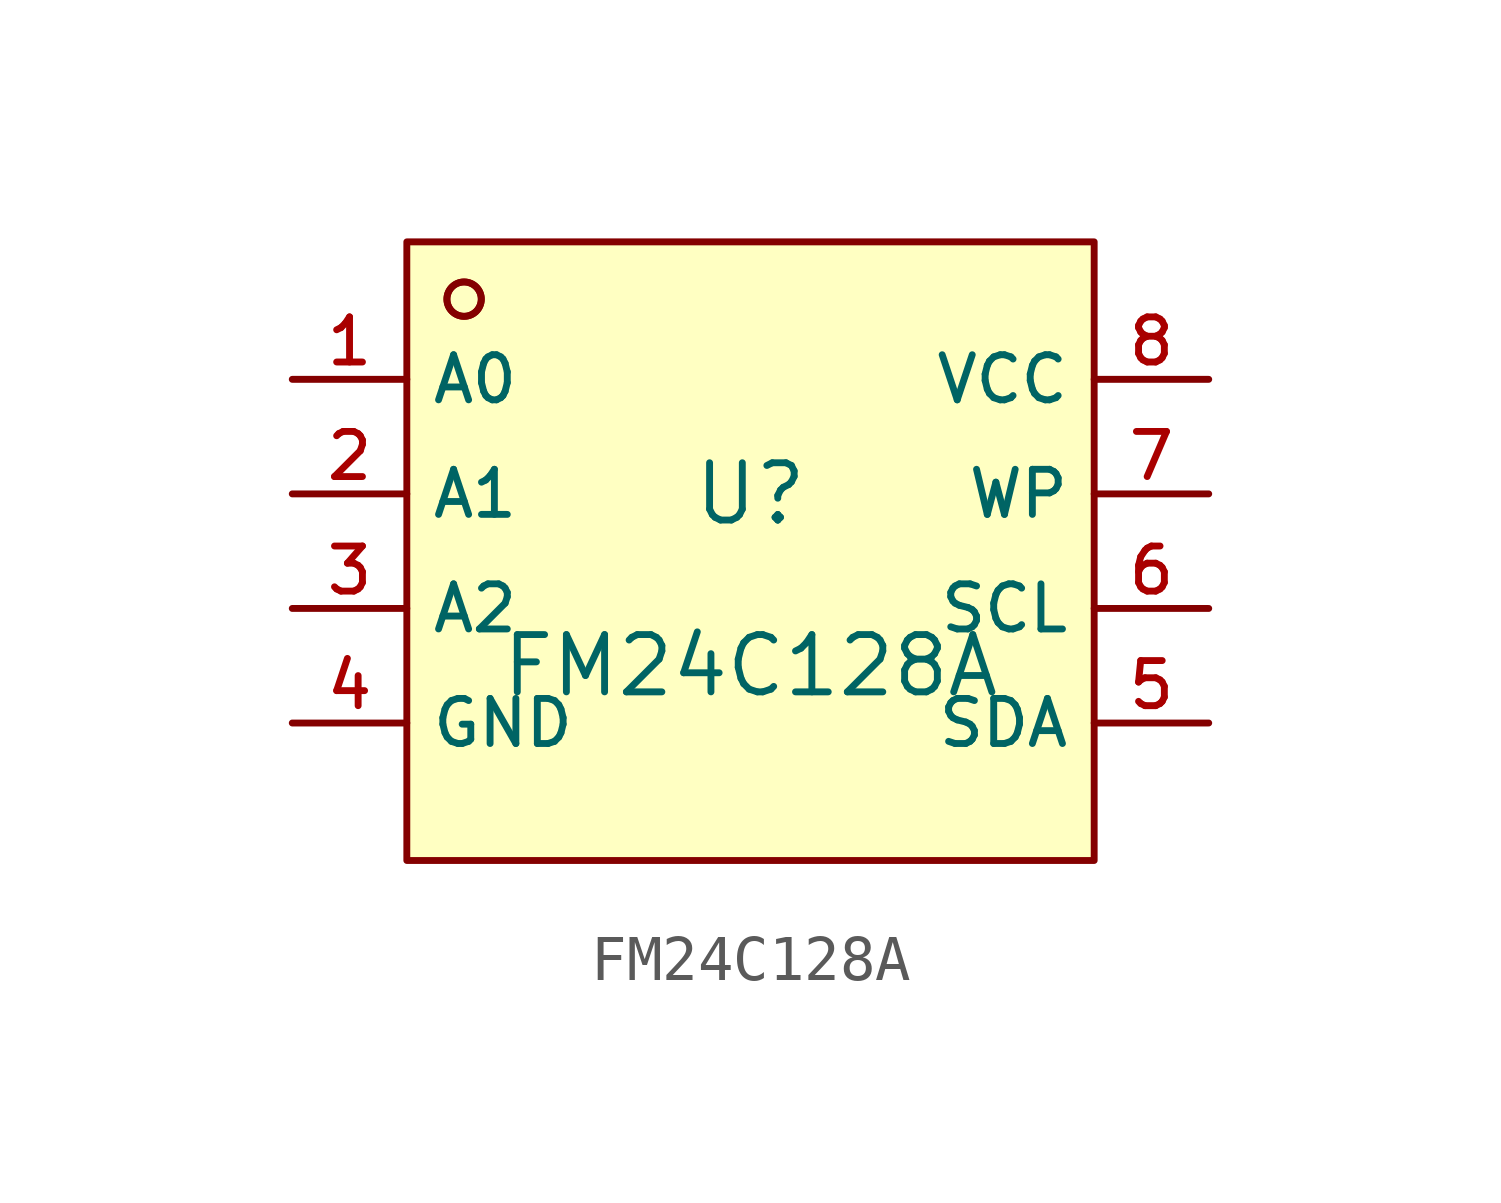
<source format=kicad_sym>
(kicad_symbol_lib
  (version 20210201)
  (generator TousstNicolas/JLC2KiCad_lib)
  (symbol "FM24C128A"
    (property "Reference" "U"
      (at 0 1.27 0)
      (effects (font (size 1.27 1.27))))
    (property "Value" "FM24C128A"
      (at 0 -2.54 0)
      (effects (font (size 1.27 1.27))))
    (symbol "FM24C128A_0_1"
      (circle (center -6.35 5.588) (radius 0.381) (stroke (width 0) (type default) (color 0 0 0 0)) (fill (type background)))
      (rectangle (start -7.62 6.858) (end 7.62 -6.858) (stroke (width 0) (type default) (color 0 0 0 0)) (fill (type background)))
      (circle (center -6.35 5.588) (radius 0.381) (stroke (width 0) (type default) (color 0 0 0 0)) (fill (type background)))
      (pin unspecified line (at -10.16 3.81 0) (length 2.54) (name "A0" (effects (font (size 1 1)))) (number "1" (effects (font (size 1 1)))))
      (pin unspecified line (at -10.16 1.27 0) (length 2.54) (name "A1" (effects (font (size 1 1)))) (number "2" (effects (font (size 1 1)))))
      (pin unspecified line (at -10.16 -1.27 0) (length 2.54) (name "A2" (effects (font (size 1 1)))) (number "3" (effects (font (size 1 1)))))
      (pin unspecified line (at -10.16 -3.81 0) (length 2.54) (name "GND" (effects (font (size 1 1)))) (number "4" (effects (font (size 1 1)))))
      (pin unspecified line (at 10.16 -3.81 180) (length 2.54) (name "SDA" (effects (font (size 1 1)))) (number "5" (effects (font (size 1 1)))))
      (pin unspecified line (at 10.16 -1.27 180) (length 2.54) (name "SCL" (effects (font (size 1 1)))) (number "6" (effects (font (size 1 1)))))
      (pin unspecified line (at 10.16 1.27 180) (length 2.54) (name "WP" (effects (font (size 1 1)))) (number "7" (effects (font (size 1 1)))))
      (pin unspecified line (at 10.16 3.81 180) (length 2.54) (name "VCC" (effects (font (size 1 1)))) (number "8" (effects (font (size 1 1))))))))
</source>
